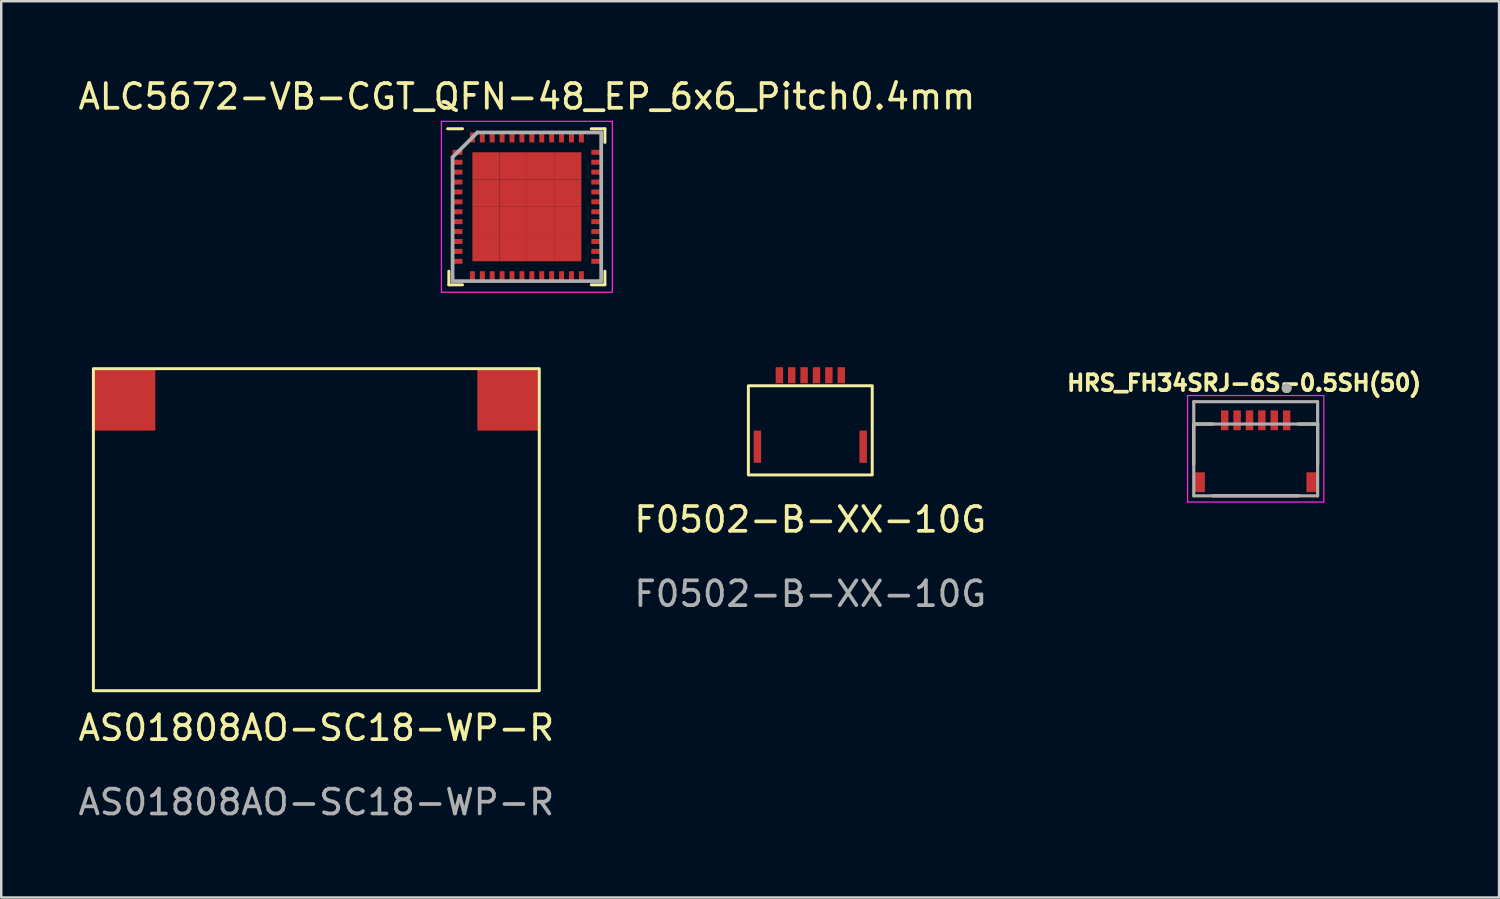
<source format=kicad_pcb>
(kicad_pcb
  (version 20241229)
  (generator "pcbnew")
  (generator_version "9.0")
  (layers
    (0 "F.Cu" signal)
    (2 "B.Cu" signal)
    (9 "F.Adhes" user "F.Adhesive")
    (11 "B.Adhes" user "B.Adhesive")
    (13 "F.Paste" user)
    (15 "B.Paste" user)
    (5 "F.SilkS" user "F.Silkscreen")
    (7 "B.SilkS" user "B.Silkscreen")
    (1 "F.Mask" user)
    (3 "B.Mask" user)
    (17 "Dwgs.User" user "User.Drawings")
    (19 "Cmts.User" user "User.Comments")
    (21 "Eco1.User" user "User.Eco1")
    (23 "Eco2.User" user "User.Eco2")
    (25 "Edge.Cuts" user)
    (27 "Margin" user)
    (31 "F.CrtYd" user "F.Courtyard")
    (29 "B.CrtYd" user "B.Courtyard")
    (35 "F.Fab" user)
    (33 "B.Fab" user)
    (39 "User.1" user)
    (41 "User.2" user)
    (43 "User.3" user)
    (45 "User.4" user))
  (footprint "AS01808AO-SC18-WP-R"
    (layer "F.Cu")
    (at 9.72 18.333)
    (property "Reference" "AS01808AO-SC18-WP-R" (at 0 8 0) (unlocked yes) (layer "F.SilkS") (effects (font (size 1 1) (thickness 0.15))))
    (attr smd)
    (fp_rect (start -9 -6.5) (end 9 6.5) (stroke (width 0.12) (type solid)) (fill no) (layer "F.SilkS"))
    (fp_text user "${REFERENCE}" (at 0 11 0) (unlocked yes) (layer "F.Fab") (effects (font (size 1 1) (thickness 0.15))))
    (pad "1" smd rect (at 7.75 -5.25) (size 2.5 2.5) (layers "F.Cu" "F.Mask" "F.Paste"))
    (pad "2" smd rect (at -7.75 -5.25) (size 2.5 2.5) (layers "F.Cu" "F.Mask" "F.Paste")))
  (footprint "HRS_FH34SRJ-6S-0.5SH(50)"
    (layer "F.Cu")
    (at 47.641 15.167)
    (property "Reference" "HRS_FH34SRJ-6S-0.5SH(50)" (at -0.468 -2.756 0) (layer "F.SilkS") (effects (font (size 0.64 0.64) (thickness 0.15))))
    (attr through_hole)
    (fp_line (start -2.5 -1.1) (end -2.5 0.53) (stroke (width 0.127) (type solid)) (layer "F.SilkS"))
    (fp_line (start -1.73 1.8) (end 1.73 1.8) (stroke (width 0.127) (type solid)) (layer "F.SilkS"))
    (fp_line (start -1.72 -1.1) (end -2.5 -1.1) (stroke (width 0.127) (type solid)) (layer "F.SilkS"))
    (fp_line (start 1.72 -1.1) (end 2.5 -1.1) (stroke (width 0.127) (type solid)) (layer "F.SilkS"))
    (fp_line (start 2.5 -1.1) (end 2.5 0.53) (stroke (width 0.127) (type solid)) (layer "F.SilkS"))
    (fp_circle (center 1.25 -2.55) (end 1.35 -2.55) (stroke (width 0.2) (type solid)) (fill no) (layer "F.SilkS"))
    (fp_poly (pts (xy -1.375 -1.65) (xy -1.125 -1.65) (xy -1.125 -1) (xy -1.375 -1)) (stroke (width 0.01) (type solid)) (fill yes) (layer "F.Paste"))
    (fp_poly (pts (xy -0.875 -1.65) (xy -0.625 -1.65) (xy -0.625 -1) (xy -0.875 -1)) (stroke (width 0.01) (type solid)) (fill yes) (layer "F.Paste"))
    (fp_poly (pts (xy -0.375 -1.65) (xy -0.125 -1.65) (xy -0.125 -1) (xy -0.375 -1)) (stroke (width 0.01) (type solid)) (fill yes) (layer "F.Paste"))
    (fp_poly (pts (xy 0.125 -1.65) (xy 0.375 -1.65) (xy 0.375 -1) (xy 0.125 -1)) (stroke (width 0.01) (type solid)) (fill yes) (layer "F.Paste"))
    (fp_poly (pts (xy 0.625 -1.65) (xy 0.875 -1.65) (xy 0.875 -1) (xy 0.625 -1)) (stroke (width 0.01) (type solid)) (fill yes) (layer "F.Paste"))
    (fp_poly (pts (xy 1.125 -1.65) (xy 1.375 -1.65) (xy 1.375 -1) (xy 1.125 -1)) (stroke (width 0.01) (type solid)) (fill yes) (layer "F.Paste"))
    (fp_line (start -2.75 -2.25) (end -2.75 2.05) (stroke (width 0.05) (type solid)) (layer "F.CrtYd"))
    (fp_line (start -2.75 2.05) (end 2.75 2.05) (stroke (width 0.05) (type solid)) (layer "F.CrtYd"))
    (fp_line (start 2.75 -2.25) (end -2.75 -2.25) (stroke (width 0.05) (type solid)) (layer "F.CrtYd"))
    (fp_line (start 2.75 2.05) (end 2.75 -2.25) (stroke (width 0.05) (type solid)) (layer "F.CrtYd"))
    (fp_line (start -2.5 -2) (end 2.5 -2) (stroke (width 0.127) (type solid)) (layer "F.Fab"))
    (fp_line (start -2.5 -1.1) (end -2.5 -2) (stroke (width 0.127) (type solid)) (layer "F.Fab"))
    (fp_line (start -2.5 -1.1) (end 2.5 -1.1) (stroke (width 0.127) (type solid)) (layer "F.Fab"))
    (fp_line (start -2.5 1.8) (end -2.5 -1.1) (stroke (width 0.127) (type solid)) (layer "F.Fab"))
    (fp_line (start 2.5 -2) (end 2.5 -1.1) (stroke (width 0.127) (type solid)) (layer "F.Fab"))
    (fp_line (start 2.5 -1.1) (end 2.5 1.8) (stroke (width 0.127) (type solid)) (layer "F.Fab"))
    (fp_line (start 2.5 1.8) (end -2.5 1.8) (stroke (width 0.127) (type solid)) (layer "F.Fab"))
    (fp_circle (center 1.25 -2.55) (end 1.35 -2.55) (stroke (width 0.2) (type solid)) (fill no) (layer "F.Fab"))
    (pad "1" smd rect (at 1.25 -1.25) (size 0.3 0.8) (layers "F.Cu" "F.Mask"))
    (pad "2" smd rect (at 0.75 -1.25) (size 0.3 0.8) (layers "F.Cu" "F.Mask"))
    (pad "3" smd rect (at 0.25 -1.25) (size 0.3 0.8) (layers "F.Cu" "F.Mask"))
    (pad "4" smd rect (at -0.25 -1.25) (size 0.3 0.8) (layers "F.Cu" "F.Mask"))
    (pad "5" smd rect (at -0.75 -1.25) (size 0.3 0.8) (layers "F.Cu" "F.Mask"))
    (pad "6" smd rect (at -1.25 -1.25) (size 0.3 0.8) (layers "F.Cu" "F.Mask"))
    (pad "S1" smd rect (at 2.25 1.25) (size 0.4 0.8) (layers "F.Cu" "F.Mask" "F.Paste"))
    (pad "S2" smd rect (at -2.25 1.25) (size 0.4 0.8) (layers "F.Cu" "F.Mask" "F.Paste")))
  (footprint "ALC5672-VB-CGT_QFN-48_EP_6x6_Pitch0.4mm"
    (layer "F.Cu")
    (at 18.22 5.298)
    (property "Reference" "ALC5672-VB-CGT_QFN-48_EP_6x6_Pitch0.4mm" (at 0 -4.45 0) (layer "F.SilkS") (effects (font (size 1 1) (thickness 0.15))))
    (attr through_hole)
    (fp_line (start -3.15 3.15) (end -3.15 2.6) (stroke (width 0.12) (type solid)) (layer "F.SilkS"))
    (fp_line (start -2.6 -3.15) (end -3.2 -3.15) (stroke (width 0.12) (type solid)) (layer "F.SilkS"))
    (fp_line (start -2.6 3.15) (end -3.15 3.15) (stroke (width 0.12) (type solid)) (layer "F.SilkS"))
    (fp_line (start 2.6 -3.15) (end 3.15 -3.15) (stroke (width 0.12) (type solid)) (layer "F.SilkS"))
    (fp_line (start 2.6 3.15) (end 3.15 3.15) (stroke (width 0.12) (type solid)) (layer "F.SilkS"))
    (fp_line (start 3.15 -3.15) (end 3.15 -2.6) (stroke (width 0.12) (type solid)) (layer "F.SilkS"))
    (fp_line (start 3.15 3.15) (end 3.15 2.6) (stroke (width 0.12) (type solid)) (layer "F.SilkS"))
    (fp_line (start -3.45 -3.45) (end 3.45 -3.45) (stroke (width 0.05) (type solid)) (layer "F.CrtYd"))
    (fp_line (start -3.45 3.45) (end -3.45 -3.45) (stroke (width 0.05) (type solid)) (layer "F.CrtYd"))
    (fp_line (start 3.45 -3.45) (end 3.45 3.45) (stroke (width 0.05) (type solid)) (layer "F.CrtYd"))
    (fp_line (start 3.45 3.45) (end -3.45 3.45) (stroke (width 0.05) (type solid)) (layer "F.CrtYd"))
    (fp_line (start -3 -2) (end -3 3) (stroke (width 0.15) (type solid)) (layer "F.Fab"))
    (fp_line (start -3 3) (end 3 3) (stroke (width 0.15) (type solid)) (layer "F.Fab"))
    (fp_line (start -2 -3) (end -3 -2) (stroke (width 0.15) (type solid)) (layer "F.Fab"))
    (fp_line (start 3 -3) (end -2 -3) (stroke (width 0.15) (type solid)) (layer "F.Fab"))
    (fp_line (start 3 3) (end 3 -3) (stroke (width 0.15) (type solid)) (layer "F.Fab"))
    (pad "1" smd rect (at -2.8 -2.2 90) (size 0.2 0.4) (layers "F.Cu" "F.Mask" "F.Paste"))
    (pad "2" smd rect (at -2.8 -1.8 90) (size 0.2 0.4) (layers "F.Cu" "F.Mask" "F.Paste"))
    (pad "3" smd rect (at -2.8 -1.4 90) (size 0.2 0.4) (layers "F.Cu" "F.Mask" "F.Paste"))
    (pad "4" smd rect (at -2.8 -1 90) (size 0.2 0.4) (layers "F.Cu" "F.Mask" "F.Paste"))
    (pad "5" smd rect (at -2.8 -0.6 90) (size 0.2 0.4) (layers "F.Cu" "F.Mask" "F.Paste"))
    (pad "6" smd rect (at -2.8 -0.2 90) (size 0.2 0.4) (layers "F.Cu" "F.Mask" "F.Paste"))
    (pad "7" smd rect (at -2.8 0.2 90) (size 0.2 0.4) (layers "F.Cu" "F.Mask" "F.Paste"))
    (pad "8" smd rect (at -2.8 0.6 90) (size 0.2 0.4) (layers "F.Cu" "F.Mask" "F.Paste"))
    (pad "9" smd rect (at -2.8 1 90) (size 0.2 0.4) (layers "F.Cu" "F.Mask" "F.Paste"))
    (pad "10" smd rect (at -2.8 1.4 90) (size 0.2 0.4) (layers "F.Cu" "F.Mask" "F.Paste"))
    (pad "11" smd rect (at -2.8 1.8 90) (size 0.2 0.4) (layers "F.Cu" "F.Mask" "F.Paste"))
    (pad "12" smd rect (at -2.8 2.2 90) (size 0.2 0.4) (layers "F.Cu" "F.Mask" "F.Paste"))
    (pad "13" smd rect (at -2.2 2.8) (size 0.2 0.4) (layers "F.Cu" "F.Mask" "F.Paste"))
    (pad "14" smd rect (at -1.8 2.8) (size 0.2 0.4) (layers "F.Cu" "F.Mask" "F.Paste"))
    (pad "15" smd rect (at -1.4 2.8) (size 0.2 0.4) (layers "F.Cu" "F.Mask" "F.Paste"))
    (pad "16" smd rect (at -1 2.8) (size 0.2 0.4) (layers "F.Cu" "F.Mask" "F.Paste"))
    (pad "17" smd rect (at -0.6 2.8) (size 0.2 0.4) (layers "F.Cu" "F.Mask" "F.Paste"))
    (pad "18" smd rect (at -0.2 2.8) (size 0.2 0.4) (layers "F.Cu" "F.Mask" "F.Paste"))
    (pad "19" smd rect (at 0.2 2.8) (size 0.2 0.4) (layers "F.Cu" "F.Mask" "F.Paste"))
    (pad "20" smd rect (at 0.6 2.8) (size 0.2 0.4) (layers "F.Cu" "F.Mask" "F.Paste"))
    (pad "21" smd rect (at 1 2.8) (size 0.2 0.4) (layers "F.Cu" "F.Mask" "F.Paste"))
    (pad "22" smd rect (at 1.4 2.8) (size 0.2 0.4) (layers "F.Cu" "F.Mask" "F.Paste"))
    (pad "23" smd rect (at 1.8 2.8) (size 0.2 0.4) (layers "F.Cu" "F.Mask" "F.Paste"))
    (pad "24" smd rect (at 2.2 2.8) (size 0.2 0.4) (layers "F.Cu" "F.Mask" "F.Paste"))
    (pad "25" smd rect (at 2.8 2.2 90) (size 0.2 0.4) (layers "F.Cu" "F.Mask" "F.Paste"))
    (pad "26" smd rect (at 2.8 1.8 90) (size 0.2 0.4) (layers "F.Cu" "F.Mask" "F.Paste"))
    (pad "27" smd rect (at 2.8 1.4 90) (size 0.2 0.4) (layers "F.Cu" "F.Mask" "F.Paste"))
    (pad "28" smd rect (at 2.8 1 90) (size 0.2 0.4) (layers "F.Cu" "F.Mask" "F.Paste"))
    (pad "29" smd rect (at 2.8 0.6 90) (size 0.2 0.4) (layers "F.Cu" "F.Mask" "F.Paste"))
    (pad "30" smd rect (at 2.8 0.2 90) (size 0.2 0.4) (layers "F.Cu" "F.Mask" "F.Paste"))
    (pad "31" smd rect (at 2.8 -0.2 90) (size 0.2 0.4) (layers "F.Cu" "F.Mask" "F.Paste"))
    (pad "32" smd rect (at 2.8 -0.6 90) (size 0.2 0.4) (layers "F.Cu" "F.Mask" "F.Paste"))
    (pad "33" smd rect (at 2.8 -1 90) (size 0.2 0.4) (layers "F.Cu" "F.Mask" "F.Paste"))
    (pad "34" smd rect (at 2.8 -1.4 90) (size 0.2 0.4) (layers "F.Cu" "F.Mask" "F.Paste"))
    (pad "35" smd rect (at 2.8 -1.8 90) (size 0.2 0.4) (layers "F.Cu" "F.Mask" "F.Paste"))
    (pad "36" smd rect (at 2.8 -2.2 90) (size 0.2 0.4) (layers "F.Cu" "F.Mask" "F.Paste"))
    (pad "37" smd rect (at 2.2 -2.8) (size 0.2 0.4) (layers "F.Cu" "F.Mask" "F.Paste"))
    (pad "38" smd rect (at 1.8 -2.8) (size 0.2 0.4) (layers "F.Cu" "F.Mask" "F.Paste"))
    (pad "39" smd rect (at 1.4 -2.8) (size 0.2 0.4) (layers "F.Cu" "F.Mask" "F.Paste"))
    (pad "40" smd rect (at 1 -2.8) (size 0.2 0.4) (layers "F.Cu" "F.Mask" "F.Paste"))
    (pad "41" smd rect (at 0.6 -2.8) (size 0.2 0.4) (layers "F.Cu" "F.Mask" "F.Paste"))
    (pad "42" smd rect (at 0.2 -2.8) (size 0.2 0.4) (layers "F.Cu" "F.Mask" "F.Paste"))
    (pad "43" smd rect (at -0.2 -2.8) (size 0.2 0.4) (layers "F.Cu" "F.Mask" "F.Paste"))
    (pad "44" smd rect (at -0.6 -2.8) (size 0.2 0.4) (layers "F.Cu" "F.Mask" "F.Paste"))
    (pad "45" smd rect (at -1 -2.8) (size 0.2 0.4) (layers "F.Cu" "F.Mask" "F.Paste"))
    (pad "46" smd rect (at -1.4 -2.8) (size 0.2 0.4) (layers "F.Cu" "F.Mask" "F.Paste"))
    (pad "47" smd rect (at -1.8 -2.8) (size 0.2 0.4) (layers "F.Cu" "F.Mask" "F.Paste"))
    (pad "48" smd rect (at -2.2 -2.8) (size 0.2 0.4) (layers "F.Cu" "F.Mask" "F.Paste"))
    (pad "49" smd rect (at -1.65 -1.65) (size 1.1 1.1) (layers "F.Cu" "F.Mask" "F.Paste"))
    (pad "49" smd rect (at -1.65 -0.55) (size 1.1 1.1) (layers "F.Cu" "F.Mask" "F.Paste"))
    (pad "49" smd rect (at -1.65 0.55) (size 1.1 1.1) (layers "F.Cu" "F.Mask" "F.Paste"))
    (pad "49" smd rect (at -1.65 1.65) (size 1.1 1.1) (layers "F.Cu" "F.Mask" "F.Paste"))
    (pad "49" smd rect (at -0.55 -1.65) (size 1.1 1.1) (layers "F.Cu" "F.Mask" "F.Paste"))
    (pad "49" smd rect (at -0.55 -0.55) (size 1.1 1.1) (layers "F.Cu" "F.Mask" "F.Paste"))
    (pad "49" smd rect (at -0.55 0.55) (size 1.1 1.1) (layers "F.Cu" "F.Mask" "F.Paste"))
    (pad "49" smd rect (at -0.55 1.65) (size 1.1 1.1) (layers "F.Cu" "F.Mask" "F.Paste"))
    (pad "49" smd rect (at 0.55 -1.65) (size 1.1 1.1) (layers "F.Cu" "F.Mask" "F.Paste"))
    (pad "49" smd rect (at 0.55 -0.55) (size 1.1 1.1) (layers "F.Cu" "F.Mask" "F.Paste"))
    (pad "49" smd rect (at 0.55 0.55) (size 1.1 1.1) (layers "F.Cu" "F.Mask" "F.Paste"))
    (pad "49" smd rect (at 0.55 1.65) (size 1.1 1.1) (layers "F.Cu" "F.Mask" "F.Paste"))
    (pad "49" smd rect (at 1.65 -1.65) (size 1.1 1.1) (layers "F.Cu" "F.Mask" "F.Paste"))
    (pad "49" smd rect (at 1.65 -0.55) (size 1.1 1.1) (layers "F.Cu" "F.Mask" "F.Paste"))
    (pad "49" smd rect (at 1.65 0.55) (size 1.1 1.1) (layers "F.Cu" "F.Mask" "F.Paste"))
    (pad "49" smd rect (at 1.65 1.65) (size 1.1 1.1) (layers "F.Cu" "F.Mask" "F.Paste")))
  (footprint "F0502-B-XX-10G"
    (layer "F.Cu")
    (at 29.661 13.423)
    (property "Reference" "F0502-B-XX-10G" (at 0 4.5 0) (unlocked yes) (layer "F.SilkS") (effects (font (size 1 1) (thickness 0.15))))
    (attr smd)
    (fp_rect (start -1.985 0.91) (end -2.285 2.21) (stroke (width 0) (type solid)) (fill yes) (layer "F.Cu"))
    (fp_rect (start 1.985 0.91) (end 2.285 2.21) (stroke (width 0) (type solid)) (fill yes) (layer "F.Cu"))
    (fp_rect (start -2.5 -0.9) (end 2.5 2.7) (stroke (width 0.12) (type solid)) (fill no) (layer "F.SilkS"))
    (fp_text user "${REFERENCE}" (at 0 7.5 0) (unlocked yes) (layer "F.Fab") (effects (font (size 1 1) (thickness 0.15))))
    (pad "1" smd rect (at 1.25 -1.325) (size 0.3 0.65) (layers "F.Cu" "F.Mask" "F.Paste"))
    (pad "2" smd rect (at 0.75 -1.325) (size 0.3 0.65) (layers "F.Cu" "F.Mask" "F.Paste"))
    (pad "3" smd rect (at 0.25 -1.325) (size 0.3 0.65) (layers "F.Cu" "F.Mask" "F.Paste"))
    (pad "4" smd rect (at -0.25 -1.325) (size 0.3 0.65) (layers "F.Cu" "F.Mask" "F.Paste"))
    (pad "5" smd rect (at -0.75 -1.325) (size 0.3 0.65) (layers "F.Cu" "F.Mask" "F.Paste"))
    (pad "6" smd rect (at -1.25 -1.325) (size 0.3 0.65) (layers "F.Cu" "F.Mask" "F.Paste")))
  (gr_rect
    (start -3 -3)
    (end 57.466 33.181)
    (stroke (width 0.1) (type default))
    (fill no)
    (layer "Edge.Cuts")))
</source>
